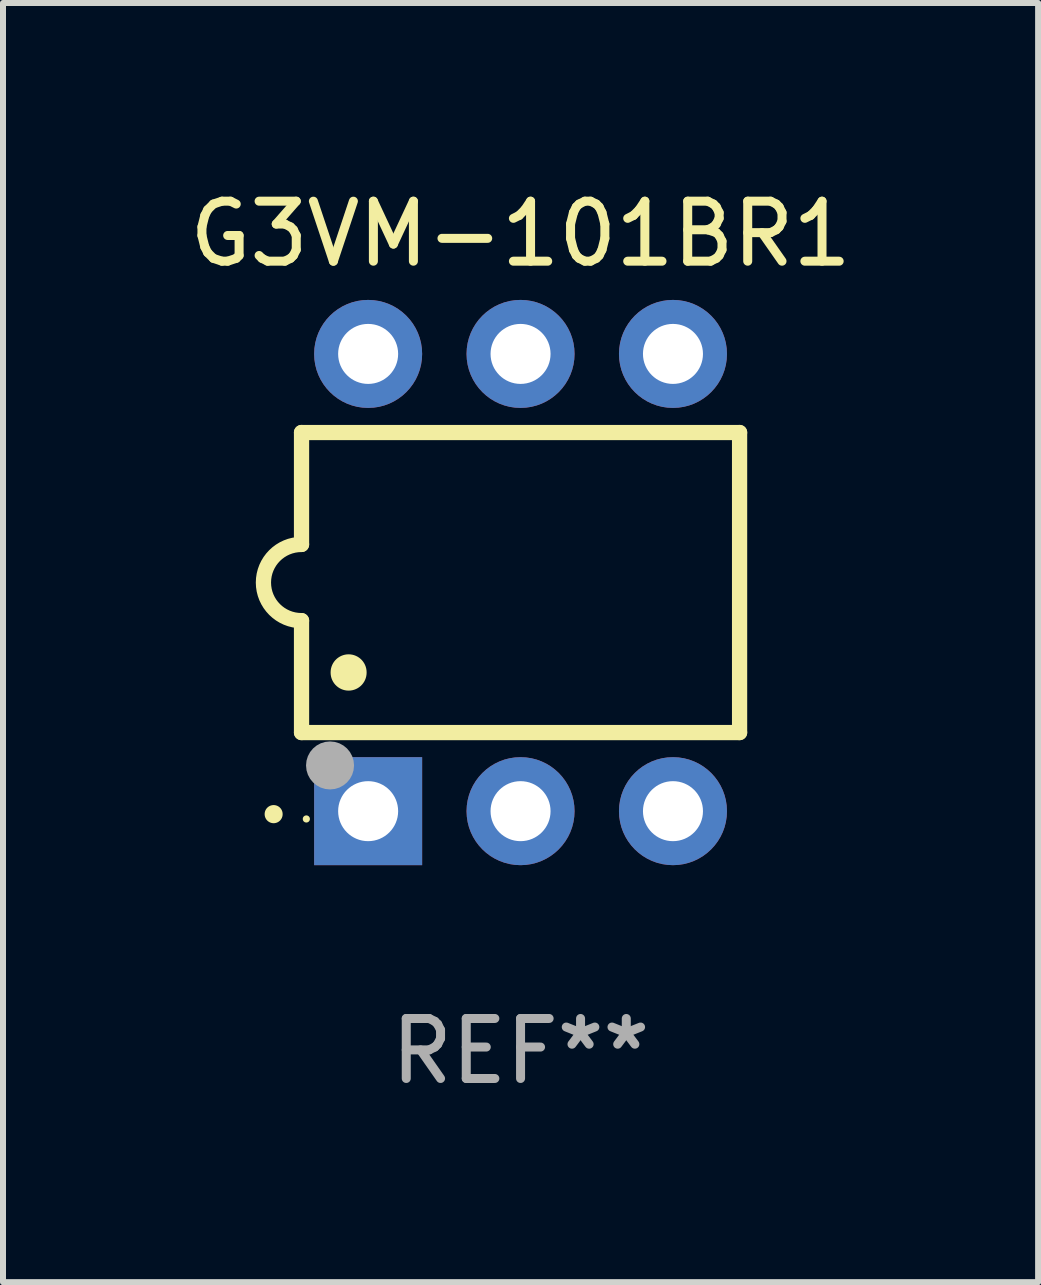
<source format=kicad_pcb>
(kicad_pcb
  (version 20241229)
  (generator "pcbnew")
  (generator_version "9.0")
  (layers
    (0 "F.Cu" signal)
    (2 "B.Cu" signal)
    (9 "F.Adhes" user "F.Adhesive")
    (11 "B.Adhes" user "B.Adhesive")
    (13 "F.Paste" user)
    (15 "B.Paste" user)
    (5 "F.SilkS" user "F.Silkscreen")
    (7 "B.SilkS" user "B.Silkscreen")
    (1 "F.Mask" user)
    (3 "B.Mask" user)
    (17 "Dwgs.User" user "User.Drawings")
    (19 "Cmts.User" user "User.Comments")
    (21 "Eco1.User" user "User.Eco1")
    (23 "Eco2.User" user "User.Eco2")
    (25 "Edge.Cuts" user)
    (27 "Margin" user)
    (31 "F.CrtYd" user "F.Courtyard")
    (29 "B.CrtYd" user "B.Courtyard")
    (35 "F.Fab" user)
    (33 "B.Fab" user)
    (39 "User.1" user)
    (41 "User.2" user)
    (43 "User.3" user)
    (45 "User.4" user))
  (footprint "G3VM-101BR1"
    (layer "F.Cu")
    (at 5.625 6.658)
    (property "Reference" "G3VM-101BR1" (at 0 -5.81 0) (layer "F.SilkS") (effects (font (size 1 1) (thickness 0.15))))
    (attr through_hole)
    (fp_line (start -3.65 -2.5) (end 3.65 -2.5) (stroke (width 0.254) (type solid)) (layer "F.SilkS"))
    (fp_line (start -3.65 -0.635) (end -3.65 -2.5) (stroke (width 0.254) (type solid)) (layer "F.SilkS"))
    (fp_line (start -3.65 0.635) (end -3.65 2.5) (stroke (width 0.254) (type solid)) (layer "F.SilkS"))
    (fp_line (start -3.65 2.5) (end 3.65 2.5) (stroke (width 0.254) (type solid)) (layer "F.SilkS"))
    (fp_line (start 3.65 -2.5) (end 3.65 2.5) (stroke (width 0.254) (type solid)) (layer "F.SilkS"))
    (fp_arc (start -4.114808 3.860808) (mid -4.114813 3.859538) (end -4.114808 3.858268) (stroke (width 0.3) (type solid)) (layer "F.SilkS"))
    (fp_arc (start -3.650013 0.635001) (mid -4.285014 0) (end -3.650013 -0.635001) (stroke (width 0.254001) (type solid)) (layer "F.SilkS"))
    (fp_arc (start -2.865405 1.501143) (mid -2.865416 1.498603) (end -2.865405 1.496063) (stroke (width 0.6) (type solid)) (layer "F.SilkS"))
    (fp_circle (center -3.57 3.94) (end -3.54 3.94) (stroke (width 0.06) (type solid)) (fill no) (layer "F.SilkS"))
    (fp_circle (center -3.175 3.048) (end -2.975 3.048) (stroke (width 0.4) (type solid)) (fill no) (layer "F.Fab"))
    (fp_text user "REF**" (at 0 7.81 0) (layer "F.Fab") (effects (font (size 1 1) (thickness 0.15))))
    (pad "1" thru_hole rect (at -2.54 3.81 90) (size 1.8 1.8) (drill 1) (layers "*.Cu" "*.Mask"))
    (pad "2" thru_hole circle (at 0 3.81) (size 1.8 1.8) (drill 1) (layers "*.Cu" "*.Mask"))
    (pad "3" thru_hole circle (at 2.54 3.81) (size 1.8 1.8) (drill 1) (layers "*.Cu" "*.Mask"))
    (pad "4" thru_hole circle (at 2.54 -3.81) (size 1.8 1.8) (drill 1) (layers "*.Cu" "*.Mask"))
    (pad "5" thru_hole circle (at 0 -3.81) (size 1.8 1.8) (drill 1) (layers "*.Cu" "*.Mask"))
    (pad "6" thru_hole circle (at -2.54 -3.81) (size 1.8 1.8) (drill 1) (layers "*.Cu" "*.Mask")))
  (gr_rect
    (start -3 -3)
    (end 14.25 18.317)
    (stroke (width 0.1) (type default))
    (fill no)
    (layer "Edge.Cuts")))
</source>
